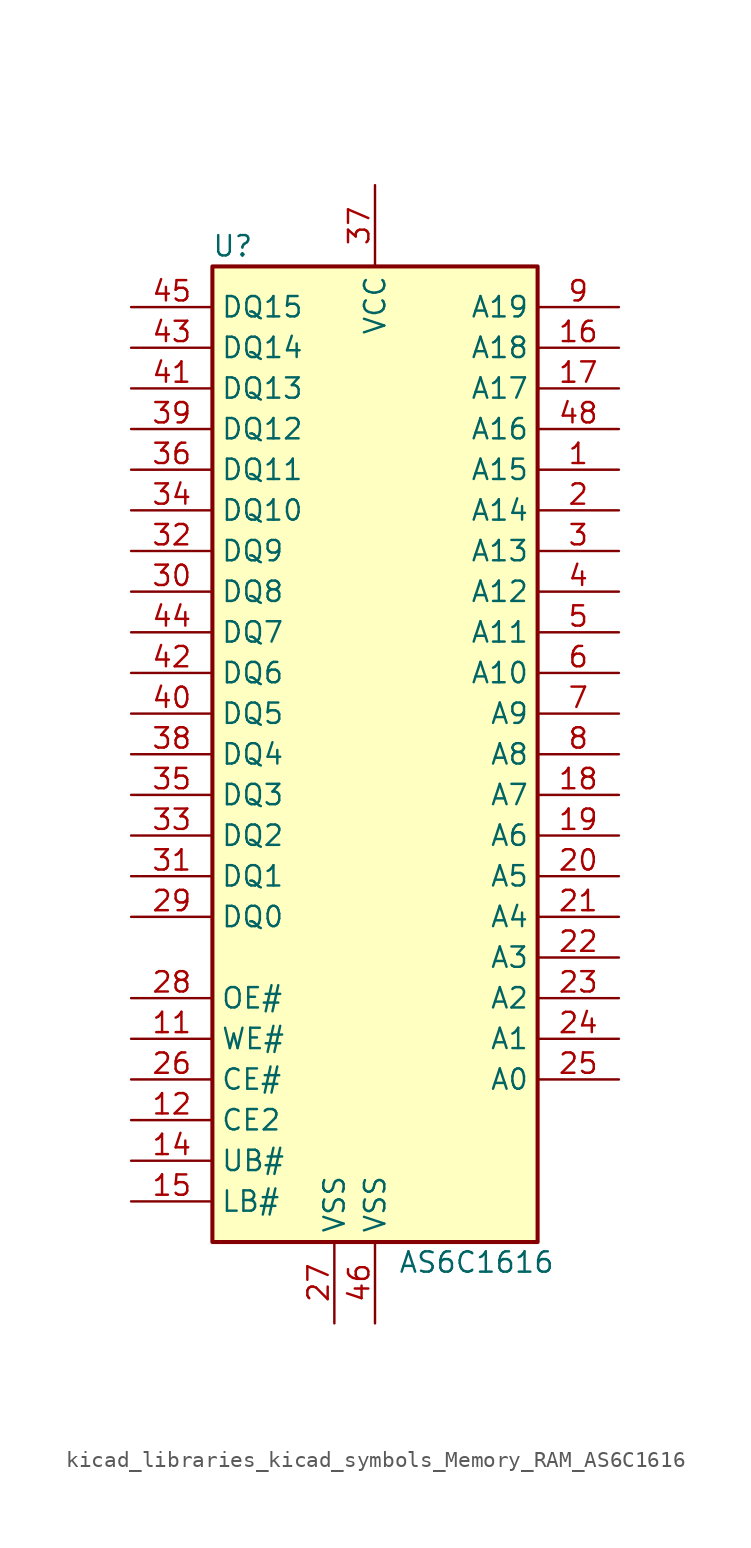
<source format=kicad_sym>
(kicad_symbol_lib
  (version 20220914)
  (generator kicad_symbol_editor)
  (symbol "kicad_libraries_kicad_symbols_Memory_RAM_AS6C1616"
    (property "Reference" "U"
      (at -8.89 31.75 0)
      (effects (font (size 1.27 1.27))))
    (property "Value" "AS6C1616"
      (at 6.35 -31.75 0)
      (effects (font (size 1.27 1.27))))
    (symbol "kicad_libraries_kicad_symbols_Memory_RAM_AS6C1616_0_1"
      (rectangle (start -10.16 30.48) (end 10.16 -30.48) (stroke (width 0.254) (type default)) (fill (type background))))
    (symbol "kicad_libraries_kicad_symbols_Memory_RAM_AS6C1616_1_1"
      (pin input line (at 15.24 17.78 180) (length 5.08) (name "A15" (effects (font (size 1.27 1.27)))) (number "1" (effects (font (size 1.27 1.27)))))
      (pin no_connect line (at 10.16 -22.86 180) (length 0) hide (name "NC" (effects (font (size 1.27 1.27)))) (number "10" (effects (font (size 1.27 1.27)))))
      (pin input line (at -15.24 -17.78 0) (length 5.08) (name "WE#" (effects (font (size 1.27 1.27)))) (number "11" (effects (font (size 1.27 1.27)))))
      (pin input line (at -15.24 -22.86 0) (length 5.08) (name "CE2" (effects (font (size 1.27 1.27)))) (number "12" (effects (font (size 1.27 1.27)))))
      (pin no_connect line (at 10.16 -25.4 180) (length 0) hide (name "NC" (effects (font (size 1.27 1.27)))) (number "13" (effects (font (size 1.27 1.27)))))
      (pin input line (at -15.24 -25.4 0) (length 5.08) (name "UB#" (effects (font (size 1.27 1.27)))) (number "14" (effects (font (size 1.27 1.27)))))
      (pin input line (at -15.24 -27.94 0) (length 5.08) (name "LB#" (effects (font (size 1.27 1.27)))) (number "15" (effects (font (size 1.27 1.27)))))
      (pin input line (at 15.24 25.4 180) (length 5.08) (name "A18" (effects (font (size 1.27 1.27)))) (number "16" (effects (font (size 1.27 1.27)))))
      (pin input line (at 15.24 22.86 180) (length 5.08) (name "A17" (effects (font (size 1.27 1.27)))) (number "17" (effects (font (size 1.27 1.27)))))
      (pin input line (at 15.24 -2.54 180) (length 5.08) (name "A7" (effects (font (size 1.27 1.27)))) (number "18" (effects (font (size 1.27 1.27)))))
      (pin input line (at 15.24 -5.08 180) (length 5.08) (name "A6" (effects (font (size 1.27 1.27)))) (number "19" (effects (font (size 1.27 1.27)))))
      (pin input line (at 15.24 15.24 180) (length 5.08) (name "A14" (effects (font (size 1.27 1.27)))) (number "2" (effects (font (size 1.27 1.27)))))
      (pin input line (at 15.24 -7.62 180) (length 5.08) (name "A5" (effects (font (size 1.27 1.27)))) (number "20" (effects (font (size 1.27 1.27)))))
      (pin input line (at 15.24 -10.16 180) (length 5.08) (name "A4" (effects (font (size 1.27 1.27)))) (number "21" (effects (font (size 1.27 1.27)))))
      (pin input line (at 15.24 -12.7 180) (length 5.08) (name "A3" (effects (font (size 1.27 1.27)))) (number "22" (effects (font (size 1.27 1.27)))))
      (pin input line (at 15.24 -15.24 180) (length 5.08) (name "A2" (effects (font (size 1.27 1.27)))) (number "23" (effects (font (size 1.27 1.27)))))
      (pin input line (at 15.24 -17.78 180) (length 5.08) (name "A1" (effects (font (size 1.27 1.27)))) (number "24" (effects (font (size 1.27 1.27)))))
      (pin input line (at 15.24 -20.32 180) (length 5.08) (name "A0" (effects (font (size 1.27 1.27)))) (number "25" (effects (font (size 1.27 1.27)))))
      (pin input line (at -15.24 -20.32 0) (length 5.08) (name "CE#" (effects (font (size 1.27 1.27)))) (number "26" (effects (font (size 1.27 1.27)))))
      (pin power_in line (at -2.54 -35.56 90) (length 5.08) (name "VSS" (effects (font (size 1.27 1.27)))) (number "27" (effects (font (size 1.27 1.27)))))
      (pin input line (at -15.24 -15.24 0) (length 5.08) (name "OE#" (effects (font (size 1.27 1.27)))) (number "28" (effects (font (size 1.27 1.27)))))
      (pin bidirectional line (at -15.24 -10.16 0) (length 5.08) (name "DQ0" (effects (font (size 1.27 1.27)))) (number "29" (effects (font (size 1.27 1.27)))))
      (pin input line (at 15.24 12.7 180) (length 5.08) (name "A13" (effects (font (size 1.27 1.27)))) (number "3" (effects (font (size 1.27 1.27)))))
      (pin bidirectional line (at -15.24 10.16 0) (length 5.08) (name "DQ8" (effects (font (size 1.27 1.27)))) (number "30" (effects (font (size 1.27 1.27)))))
      (pin bidirectional line (at -15.24 -7.62 0) (length 5.08) (name "DQ1" (effects (font (size 1.27 1.27)))) (number "31" (effects (font (size 1.27 1.27)))))
      (pin bidirectional line (at -15.24 12.7 0) (length 5.08) (name "DQ9" (effects (font (size 1.27 1.27)))) (number "32" (effects (font (size 1.27 1.27)))))
      (pin bidirectional line (at -15.24 -5.08 0) (length 5.08) (name "DQ2" (effects (font (size 1.27 1.27)))) (number "33" (effects (font (size 1.27 1.27)))))
      (pin bidirectional line (at -15.24 15.24 0) (length 5.08) (name "DQ10" (effects (font (size 1.27 1.27)))) (number "34" (effects (font (size 1.27 1.27)))))
      (pin bidirectional line (at -15.24 -2.54 0) (length 5.08) (name "DQ3" (effects (font (size 1.27 1.27)))) (number "35" (effects (font (size 1.27 1.27)))))
      (pin bidirectional line (at -15.24 17.78 0) (length 5.08) (name "DQ11" (effects (font (size 1.27 1.27)))) (number "36" (effects (font (size 1.27 1.27)))))
      (pin power_in line (at 0 35.56 270) (length 5.08) (name "VCC" (effects (font (size 1.27 1.27)))) (number "37" (effects (font (size 1.27 1.27)))))
      (pin bidirectional line (at -15.24 0 0) (length 5.08) (name "DQ4" (effects (font (size 1.27 1.27)))) (number "38" (effects (font (size 1.27 1.27)))))
      (pin bidirectional line (at -15.24 20.32 0) (length 5.08) (name "DQ12" (effects (font (size 1.27 1.27)))) (number "39" (effects (font (size 1.27 1.27)))))
      (pin input line (at 15.24 10.16 180) (length 5.08) (name "A12" (effects (font (size 1.27 1.27)))) (number "4" (effects (font (size 1.27 1.27)))))
      (pin bidirectional line (at -15.24 2.54 0) (length 5.08) (name "DQ5" (effects (font (size 1.27 1.27)))) (number "40" (effects (font (size 1.27 1.27)))))
      (pin bidirectional line (at -15.24 22.86 0) (length 5.08) (name "DQ13" (effects (font (size 1.27 1.27)))) (number "41" (effects (font (size 1.27 1.27)))))
      (pin bidirectional line (at -15.24 5.08 0) (length 5.08) (name "DQ6" (effects (font (size 1.27 1.27)))) (number "42" (effects (font (size 1.27 1.27)))))
      (pin bidirectional line (at -15.24 25.4 0) (length 5.08) (name "DQ14" (effects (font (size 1.27 1.27)))) (number "43" (effects (font (size 1.27 1.27)))))
      (pin bidirectional line (at -15.24 7.62 0) (length 5.08) (name "DQ7" (effects (font (size 1.27 1.27)))) (number "44" (effects (font (size 1.27 1.27)))))
      (pin input line (at -15.24 27.94 0) (length 5.08) (name "DQ15" (effects (font (size 1.27 1.27)))) (number "45" (effects (font (size 1.27 1.27)))))
      (pin power_in line (at 0 -35.56 90) (length 5.08) (name "VSS" (effects (font (size 1.27 1.27)))) (number "46" (effects (font (size 1.27 1.27)))))
      (pin no_connect line (at 10.16 -27.94 180) (length 0) hide (name "NC" (effects (font (size 1.27 1.27)))) (number "47" (effects (font (size 1.27 1.27)))))
      (pin input line (at 15.24 20.32 180) (length 5.08) (name "A16" (effects (font (size 1.27 1.27)))) (number "48" (effects (font (size 1.27 1.27)))))
      (pin input line (at 15.24 7.62 180) (length 5.08) (name "A11" (effects (font (size 1.27 1.27)))) (number "5" (effects (font (size 1.27 1.27)))))
      (pin input line (at 15.24 5.08 180) (length 5.08) (name "A10" (effects (font (size 1.27 1.27)))) (number "6" (effects (font (size 1.27 1.27)))))
      (pin input line (at 15.24 2.54 180) (length 5.08) (name "A9" (effects (font (size 1.27 1.27)))) (number "7" (effects (font (size 1.27 1.27)))))
      (pin input line (at 15.24 0 180) (length 5.08) (name "A8" (effects (font (size 1.27 1.27)))) (number "8" (effects (font (size 1.27 1.27)))))
      (pin input line (at 15.24 27.94 180) (length 5.08) (name "A19" (effects (font (size 1.27 1.27)))) (number "9" (effects (font (size 1.27 1.27))))))))
</source>
